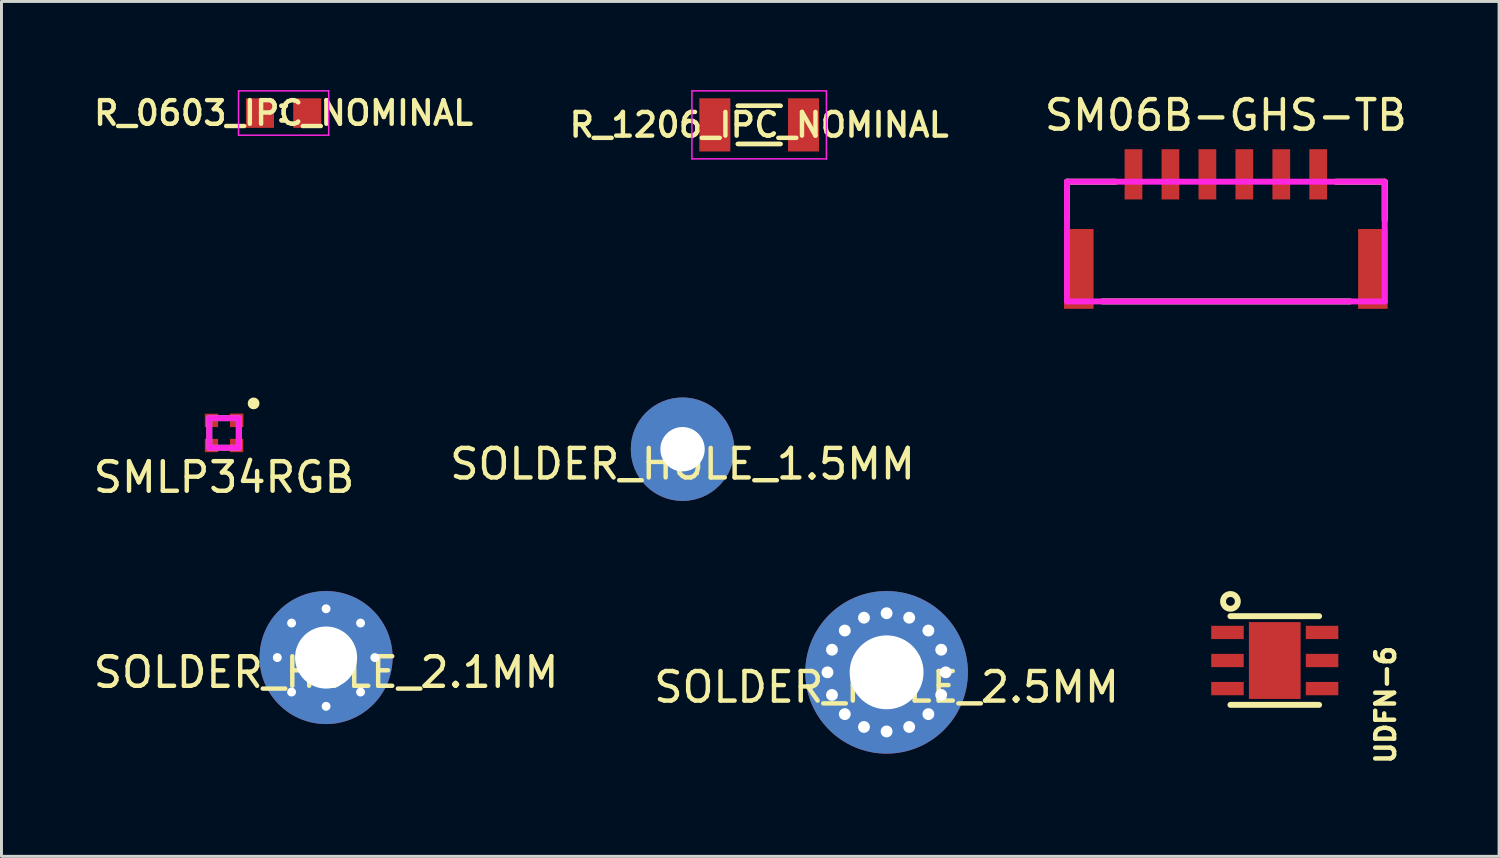
<source format=kicad_pcb>
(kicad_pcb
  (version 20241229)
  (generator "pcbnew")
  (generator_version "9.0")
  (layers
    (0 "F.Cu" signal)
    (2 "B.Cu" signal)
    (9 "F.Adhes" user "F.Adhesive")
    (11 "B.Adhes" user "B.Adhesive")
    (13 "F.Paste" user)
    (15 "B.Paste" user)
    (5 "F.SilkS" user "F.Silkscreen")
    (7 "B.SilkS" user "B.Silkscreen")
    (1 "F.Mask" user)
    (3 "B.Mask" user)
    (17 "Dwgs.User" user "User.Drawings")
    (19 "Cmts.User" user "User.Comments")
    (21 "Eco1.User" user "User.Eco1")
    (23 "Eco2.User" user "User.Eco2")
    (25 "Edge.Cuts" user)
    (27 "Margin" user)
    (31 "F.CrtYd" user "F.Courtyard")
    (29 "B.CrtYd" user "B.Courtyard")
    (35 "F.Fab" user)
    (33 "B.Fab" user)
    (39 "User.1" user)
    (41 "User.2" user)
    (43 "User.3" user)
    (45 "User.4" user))
  (footprint "SOLDER_HOLE_2.5MM"
    (layer "F.Cu")
    (at 26.946 19.697)
    (property "Reference" "SOLDER_HOLE_2.5MM" (at 0 0.5 0) (layer "F.SilkS") (effects (font (size 1 1) (thickness 0.15))))
    (attr through_hole)
    (pad "" thru_hole circle (at -2 0 180) (size 1 1) (drill 0.4) (layers "*.Cu"))
    (pad "" thru_hole circle (at -1.848 -0.765 157.5) (size 1 1) (drill 0.4) (layers "*.Cu"))
    (pad "" thru_hole circle (at -1.848 0.765 202.5) (size 1 1) (drill 0.4) (layers "*.Cu"))
    (pad "" thru_hole circle (at -1.414 -1.414 135) (size 1 1) (drill 0.4) (layers "*.Cu"))
    (pad "" thru_hole circle (at -1.414 1.414 225) (size 1 1) (drill 0.4) (layers "*.Cu"))
    (pad "" thru_hole circle (at -0.765 -1.848 112.5) (size 1 1) (drill 0.4) (layers "*.Cu"))
    (pad "" thru_hole circle (at -0.765 1.848 247.5) (size 1 1) (drill 0.4) (layers "*.Cu"))
    (pad "" thru_hole circle (at 0 -2 90) (size 1 1) (drill 0.4) (layers "*.Cu"))
    (pad "" thru_hole circle (at 0 2 270) (size 1 1) (drill 0.4) (layers "*.Cu"))
    (pad "" thru_hole circle (at 0.765 -1.848 67.5) (size 1 1) (drill 0.4) (layers "*.Cu"))
    (pad "" thru_hole circle (at 0.765 1.848 292.5) (size 1 1) (drill 0.4) (layers "*.Cu"))
    (pad "" thru_hole circle (at 1.414 -1.414 45) (size 1 1) (drill 0.4) (layers "*.Cu"))
    (pad "" thru_hole circle (at 1.414 1.414 315) (size 1 1) (drill 0.4) (layers "*.Cu"))
    (pad "" thru_hole circle (at 1.848 -0.765 22.5) (size 1 1) (drill 0.4) (layers "*.Cu"))
    (pad "" thru_hole circle (at 1.848 0.765 337.5) (size 1 1) (drill 0.4) (layers "*.Cu"))
    (pad "" thru_hole circle (at 2 0) (size 1 1) (drill 0.4) (layers "*.Cu"))
    (pad "1" thru_hole circle (at 0 0) (size 5.5 5.5) (drill 2.5) (layers "*.Cu" "*.Mask")))
  (footprint "SM06B-GHS-TB"
    (layer "F.Cu")
    (at 38.424 2.848)
    (property "Reference" "SM06B-GHS-TB" (at 0 -2 0) (layer "F.SilkS") (effects (font (size 1 1) (thickness 0.15))))
    (attr through_hole)
    (fp_line (start -5.375 0.25) (end -3.725 0.25) (stroke (width 0.2) (type solid)) (layer "F.SilkS"))
    (fp_line (start -5.375 1.55) (end -5.375 0.25) (stroke (width 0.2) (type solid)) (layer "F.SilkS"))
    (fp_line (start -4.175 4.3) (end 4.2 4.3) (stroke (width 0.2) (type solid)) (layer "F.SilkS"))
    (fp_line (start 3.725 0.25) (end 5.375 0.25) (stroke (width 0.2) (type solid)) (layer "F.SilkS"))
    (fp_line (start 5.375 0.25) (end 5.375 1.55) (stroke (width 0.2) (type solid)) (layer "F.SilkS"))
    (fp_line (start -5.375 0.25) (end 5.375 0.25) (stroke (width 0.2) (type solid)) (layer "F.CrtYd"))
    (fp_line (start -5.375 4.3) (end -5.375 0.25) (stroke (width 0.2) (type solid)) (layer "F.CrtYd"))
    (fp_line (start -5.375 4.3) (end 5.375 4.3) (stroke (width 0.2) (type solid)) (layer "F.CrtYd"))
    (fp_line (start 5.375 0.25) (end 5.375 4.3) (stroke (width 0.2) (type solid)) (layer "F.CrtYd"))
    (pad "" smd rect (at -4.975 3.2) (size 1 2.7) (layers "F.Cu" "F.Mask" "F.Paste"))
    (pad "" smd rect (at 4.975 3.2) (size 1 2.7) (layers "F.Cu" "F.Mask" "F.Paste"))
    (pad "1" smd rect (at -3.125 0) (size 0.6 1.7) (layers "F.Cu" "F.Mask" "F.Paste"))
    (pad "2" smd rect (at -1.875 0) (size 0.6 1.7) (layers "F.Cu" "F.Mask" "F.Paste"))
    (pad "3" smd rect (at -0.625 0) (size 0.6 1.7) (layers "F.Cu" "F.Mask" "F.Paste"))
    (pad "4" smd rect (at 0.625 0) (size 0.6 1.7) (layers "F.Cu" "F.Mask" "F.Paste"))
    (pad "5" smd rect (at 1.875 0) (size 0.6 1.7) (layers "F.Cu" "F.Mask" "F.Paste"))
    (pad "6" smd rect (at 3.125 0) (size 0.6 1.7) (layers "F.Cu" "F.Mask" "F.Paste")))
  (footprint "R_1206_IPC_NOMINAL"
    (layer "F.Cu")
    (at 22.635 1.175)
    (property "Reference" "R_1206_IPC_NOMINAL" (at 0 0 0) (layer "F.SilkS") (effects (font (size 0.8 0.8) (thickness 0.15))))
    (attr smd)
    (fp_line (start -0.721 -0.646) (end 0.721 -0.646) (stroke (width 0.15) (type solid)) (layer "F.SilkS"))
    (fp_line (start -0.721 0.646) (end 0.721 0.646) (stroke (width 0.15) (type solid)) (layer "F.SilkS"))
    (fp_line (start 0.721 -0.646) (end -0.721 -0.646) (stroke (width 0.15) (type solid)) (layer "F.SilkS"))
    (fp_line (start 0.721 0.646) (end -0.721 0.646) (stroke (width 0.15) (type solid)) (layer "F.SilkS"))
    (fp_line (start -2.275 -1.15) (end 2.275 -1.15) (stroke (width 0.05) (type solid)) (layer "F.CrtYd"))
    (fp_line (start -2.275 1.15) (end -2.275 -1.15) (stroke (width 0.05) (type solid)) (layer "F.CrtYd"))
    (fp_line (start 2.275 -1.15) (end 2.275 1.15) (stroke (width 0.05) (type solid)) (layer "F.CrtYd"))
    (fp_line (start 2.275 1.15) (end -2.275 1.15) (stroke (width 0.05) (type solid)) (layer "F.CrtYd"))
    (pad "1" smd rect (at -1.5 0) (size 1.05 1.8) (layers "F.Cu" "F.Mask" "F.Paste"))
    (pad "2" smd rect (at 1.5 0) (size 1.05 1.8) (layers "F.Cu" "F.Mask" "F.Paste")))
  (footprint "UDFN-6"
    (layer "F.Cu")
    (at 40.079 19.297)
    (property "Reference" "UDFN-6" (at 3.75 1.5 90) (layer "F.SilkS") (effects (font (size 0.64 0.64) (thickness 0.15))))
    (attr through_hole)
    (fp_line (start -1.5 -1.5) (end 1.5 -1.5) (stroke (width 0.2) (type solid)) (layer "F.SilkS"))
    (fp_line (start -1.5 1.5) (end 1.5 1.5) (stroke (width 0.2) (type solid)) (layer "F.SilkS"))
    (fp_circle (center -1.5 -2) (end -1.25 -2) (stroke (width 0.2) (type solid)) (fill no) (layer "F.SilkS"))
    (pad "1" smd rect (at -1.35 -0.95) (size 1.1 0.45) (drill (offset -0.25 0)) (layers "F.Cu" "F.Mask" "F.Paste"))
    (pad "2" smd rect (at -1.35 0) (size 1.1 0.45) (drill (offset -0.25 0)) (layers "F.Cu" "F.Mask" "F.Paste"))
    (pad "3" smd rect (at -1.35 0.95) (size 1.1 0.45) (drill (offset -0.25 0)) (layers "F.Cu" "F.Mask" "F.Paste"))
    (pad "4" smd rect (at 1.35 0.95) (size 1.1 0.45) (drill (offset 0.25 0)) (layers "F.Cu" "F.Mask" "F.Paste"))
    (pad "5" smd rect (at 1.35 0) (size 1.1 0.45) (drill (offset 0.25 0)) (layers "F.Cu" "F.Mask" "F.Paste"))
    (pad "6" smd rect (at 1.35 -0.95) (size 1.1 0.45) (drill (offset 0.25 0)) (layers "F.Cu" "F.Mask" "F.Paste"))
    (pad "PAD" smd rect (at 0 0) (size 1.75 2.6) (layers "F.Cu" "F.Mask" "F.Paste")))
  (footprint "SOLDER_HOLE_2.1MM"
    (layer "F.Cu")
    (at 7.982 19.197)
    (property "Reference" "SOLDER_HOLE_2.1MM" (at 0 0.5 0) (layer "F.SilkS") (effects (font (size 1 1) (thickness 0.15))))
    (attr through_hole)
    (pad "1" thru_hole circle (at -1.65 0 180) (size 0.7 0.7) (drill 0.3) (layers "*.Cu"))
    (pad "1" thru_hole circle (at -1.167 -1.167 135) (size 0.7 0.7) (drill 0.3) (layers "*.Cu"))
    (pad "1" thru_hole circle (at -1.167 1.167 225) (size 0.7 0.7) (drill 0.3) (layers "*.Cu"))
    (pad "1" thru_hole circle (at 0 -1.65 90) (size 0.7 0.7) (drill 0.3) (layers "*.Cu"))
    (pad "1" thru_hole circle (at 0 0) (size 4.5 4.5) (drill 2.1) (layers "*.Cu" "*.Mask"))
    (pad "1" thru_hole circle (at 0 1.65 270) (size 0.7 0.7) (drill 0.3) (layers "*.Cu"))
    (pad "1" thru_hole circle (at 1.167 -1.167 45) (size 0.7 0.7) (drill 0.3) (layers "*.Cu"))
    (pad "1" thru_hole circle (at 1.167 1.167 315) (size 0.7 0.7) (drill 0.3) (layers "*.Cu"))
    (pad "1" thru_hole circle (at 1.65 0) (size 0.7 0.7) (drill 0.3) (layers "*.Cu")))
  (footprint "SMLP34RGB"
    (layer "F.Cu")
    (at 4.53 11.598)
    (property "Reference" "SMLP34RGB" (at 0 1.5 0) (layer "F.SilkS") (effects (font (size 1 1) (thickness 0.15))))
    (attr through_hole)
    (fp_circle (center 1 -1) (end 1.1 -1) (stroke (width 0.2) (type solid)) (fill no) (layer "F.SilkS"))
    (fp_line (start -0.5 -0.5) (end 0.5 -0.5) (stroke (width 0.2) (type solid)) (layer "F.CrtYd"))
    (fp_line (start -0.5 0.5) (end -0.5 -0.5) (stroke (width 0.2) (type solid)) (layer "F.CrtYd"))
    (fp_line (start 0.5 -0.5) (end 0.5 0.5) (stroke (width 0.2) (type solid)) (layer "F.CrtYd"))
    (fp_line (start 0.5 0.5) (end -0.5 0.5) (stroke (width 0.2) (type solid)) (layer "F.CrtYd"))
    (fp_line (start -0.5 -0.5) (end 0.5 -0.5) (stroke (width 0.2) (type solid)) (layer "F.Fab"))
    (fp_line (start -0.5 0.5) (end -0.5 -0.5) (stroke (width 0.2) (type solid)) (layer "F.Fab"))
    (fp_line (start 0.5 -0.5) (end 0.5 0.5) (stroke (width 0.2) (type solid)) (layer "F.Fab"))
    (fp_line (start 0.5 0.5) (end -0.5 0.5) (stroke (width 0.2) (type solid)) (layer "F.Fab"))
    (pad "A" smd rect (at 0.425 -0.425) (size 0.45 0.45) (layers "F.Cu" "F.Mask" "F.Paste"))
    (pad "A" smd rect (at 0.425 -0.425) (size 0.45 0.45) (layers "F.Cu" "F.Mask" "F.Paste"))
    (pad "KB" smd rect (at -0.425 0.425) (size 0.45 0.45) (layers "F.Cu" "F.Mask" "F.Paste"))
    (pad "KG" smd rect (at -0.425 -0.425) (size 0.45 0.45) (layers "F.Cu" "F.Mask" "F.Paste"))
    (pad "KR" smd rect (at 0.425 0.425) (size 0.45 0.45) (layers "F.Cu" "F.Mask" "F.Paste")))
  (footprint "SOLDER_HOLE_1.5MM"
    (layer "F.Cu")
    (at 20.042 12.148)
    (property "Reference" "SOLDER_HOLE_1.5MM" (at 0 0.5 0) (layer "F.SilkS") (effects (font (size 1 1) (thickness 0.15))))
    (attr through_hole)
    (pad "1" thru_hole circle (at 0 0) (size 3.5 3.5) (drill 1.5) (layers "*.Cu" "*.Mask")))
  (footprint "R_0603_IPC_NOMINAL"
    (layer "F.Cu")
    (at 6.545 0.775)
    (property "Reference" "R_0603_IPC_NOMINAL" (at 0 0 0) (layer "F.SilkS") (effects (font (size 0.8 0.8) (thickness 0.15))))
    (attr smd)
    (fp_line (start -0.071 -0.246) (end 0.071 -0.246) (stroke (width 0.15) (type solid)) (layer "F.SilkS"))
    (fp_line (start -0.071 0.246) (end 0.071 0.246) (stroke (width 0.15) (type solid)) (layer "F.SilkS"))
    (fp_line (start 0.071 -0.246) (end -0.071 -0.246) (stroke (width 0.15) (type solid)) (layer "F.SilkS"))
    (fp_line (start 0.071 0.246) (end -0.071 0.246) (stroke (width 0.15) (type solid)) (layer "F.SilkS"))
    (fp_line (start -1.525 -0.75) (end 1.525 -0.75) (stroke (width 0.05) (type solid)) (layer "F.CrtYd"))
    (fp_line (start -1.525 0.75) (end -1.525 -0.75) (stroke (width 0.05) (type solid)) (layer "F.CrtYd"))
    (fp_line (start 1.525 -0.75) (end 1.525 0.75) (stroke (width 0.05) (type solid)) (layer "F.CrtYd"))
    (fp_line (start 1.525 0.75) (end -1.525 0.75) (stroke (width 0.05) (type solid)) (layer "F.CrtYd"))
    (pad "1" smd rect (at -0.8 0) (size 0.95 1) (layers "F.Cu" "F.Mask" "F.Paste"))
    (pad "2" smd rect (at 0.8 0) (size 0.95 1) (layers "F.Cu" "F.Mask" "F.Paste")))
  (gr_rect
    (start -3 -3)
    (end 47.668 25.923)
    (stroke (width 0.1) (type default))
    (fill no)
    (layer "Edge.Cuts")))
</source>
